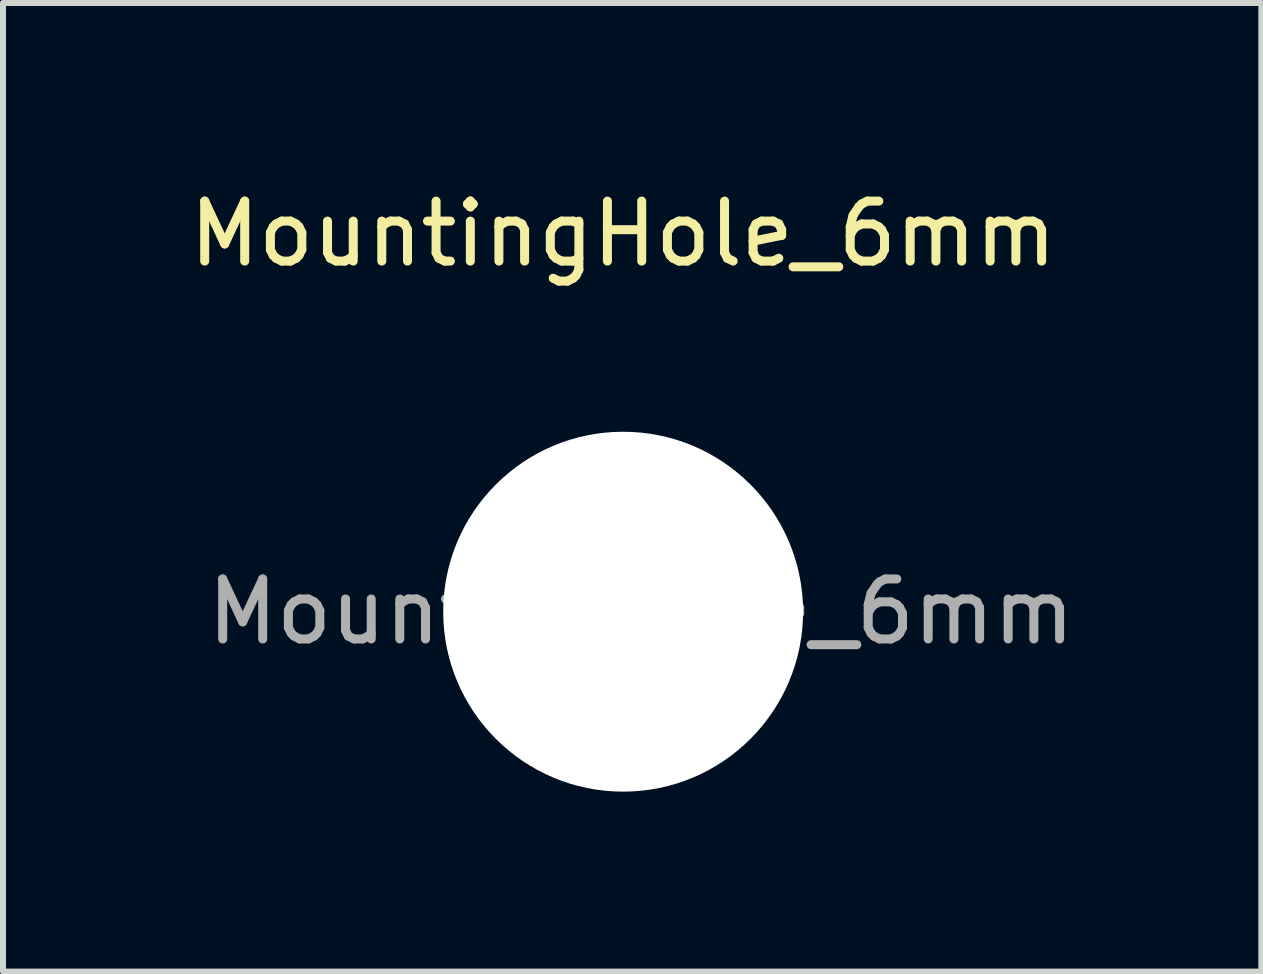
<source format=kicad_pcb>
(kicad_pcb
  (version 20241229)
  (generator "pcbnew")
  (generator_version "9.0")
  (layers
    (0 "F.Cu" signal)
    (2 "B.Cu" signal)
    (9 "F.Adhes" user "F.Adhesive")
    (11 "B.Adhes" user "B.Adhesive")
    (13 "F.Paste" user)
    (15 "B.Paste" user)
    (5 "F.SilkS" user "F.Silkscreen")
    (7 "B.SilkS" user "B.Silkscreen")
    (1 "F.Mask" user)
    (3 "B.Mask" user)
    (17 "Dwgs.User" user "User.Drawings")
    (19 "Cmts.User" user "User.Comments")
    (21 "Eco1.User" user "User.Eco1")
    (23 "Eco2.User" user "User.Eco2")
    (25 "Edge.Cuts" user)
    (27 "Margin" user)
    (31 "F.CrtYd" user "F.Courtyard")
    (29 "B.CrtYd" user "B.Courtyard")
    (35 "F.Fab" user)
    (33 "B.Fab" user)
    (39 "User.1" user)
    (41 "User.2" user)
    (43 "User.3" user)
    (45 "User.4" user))
  (footprint "MountingHole_6mm"
    (layer "F.Cu")
    (at 7.339 7.148)
    (property "Reference" "MountingHole_6mm" (at 0 -6.3 0) (layer "F.SilkS") (effects (font (size 1 1) (thickness 0.15))))
    (attr exclude_from_pos_files exclude_from_bom)
    (fp_circle (center 0 0) (end 2 0) (stroke (width 0.05) (type solid)) (fill no) (layer "F.CrtYd"))
    (fp_text user "${REFERENCE}" (at 0.3 0 0) (layer "F.Fab") (effects (font (size 1 1) (thickness 0.15))))
    (pad "" np_thru_hole circle (at 0 0) (size 6 6) (drill 6) (layers "*.Cu" "*.Mask")))
  (gr_rect
    (start -3 -3)
    (end 17.979 13.148)
    (stroke (width 0.1) (type default))
    (fill no)
    (layer "Edge.Cuts")))
</source>
